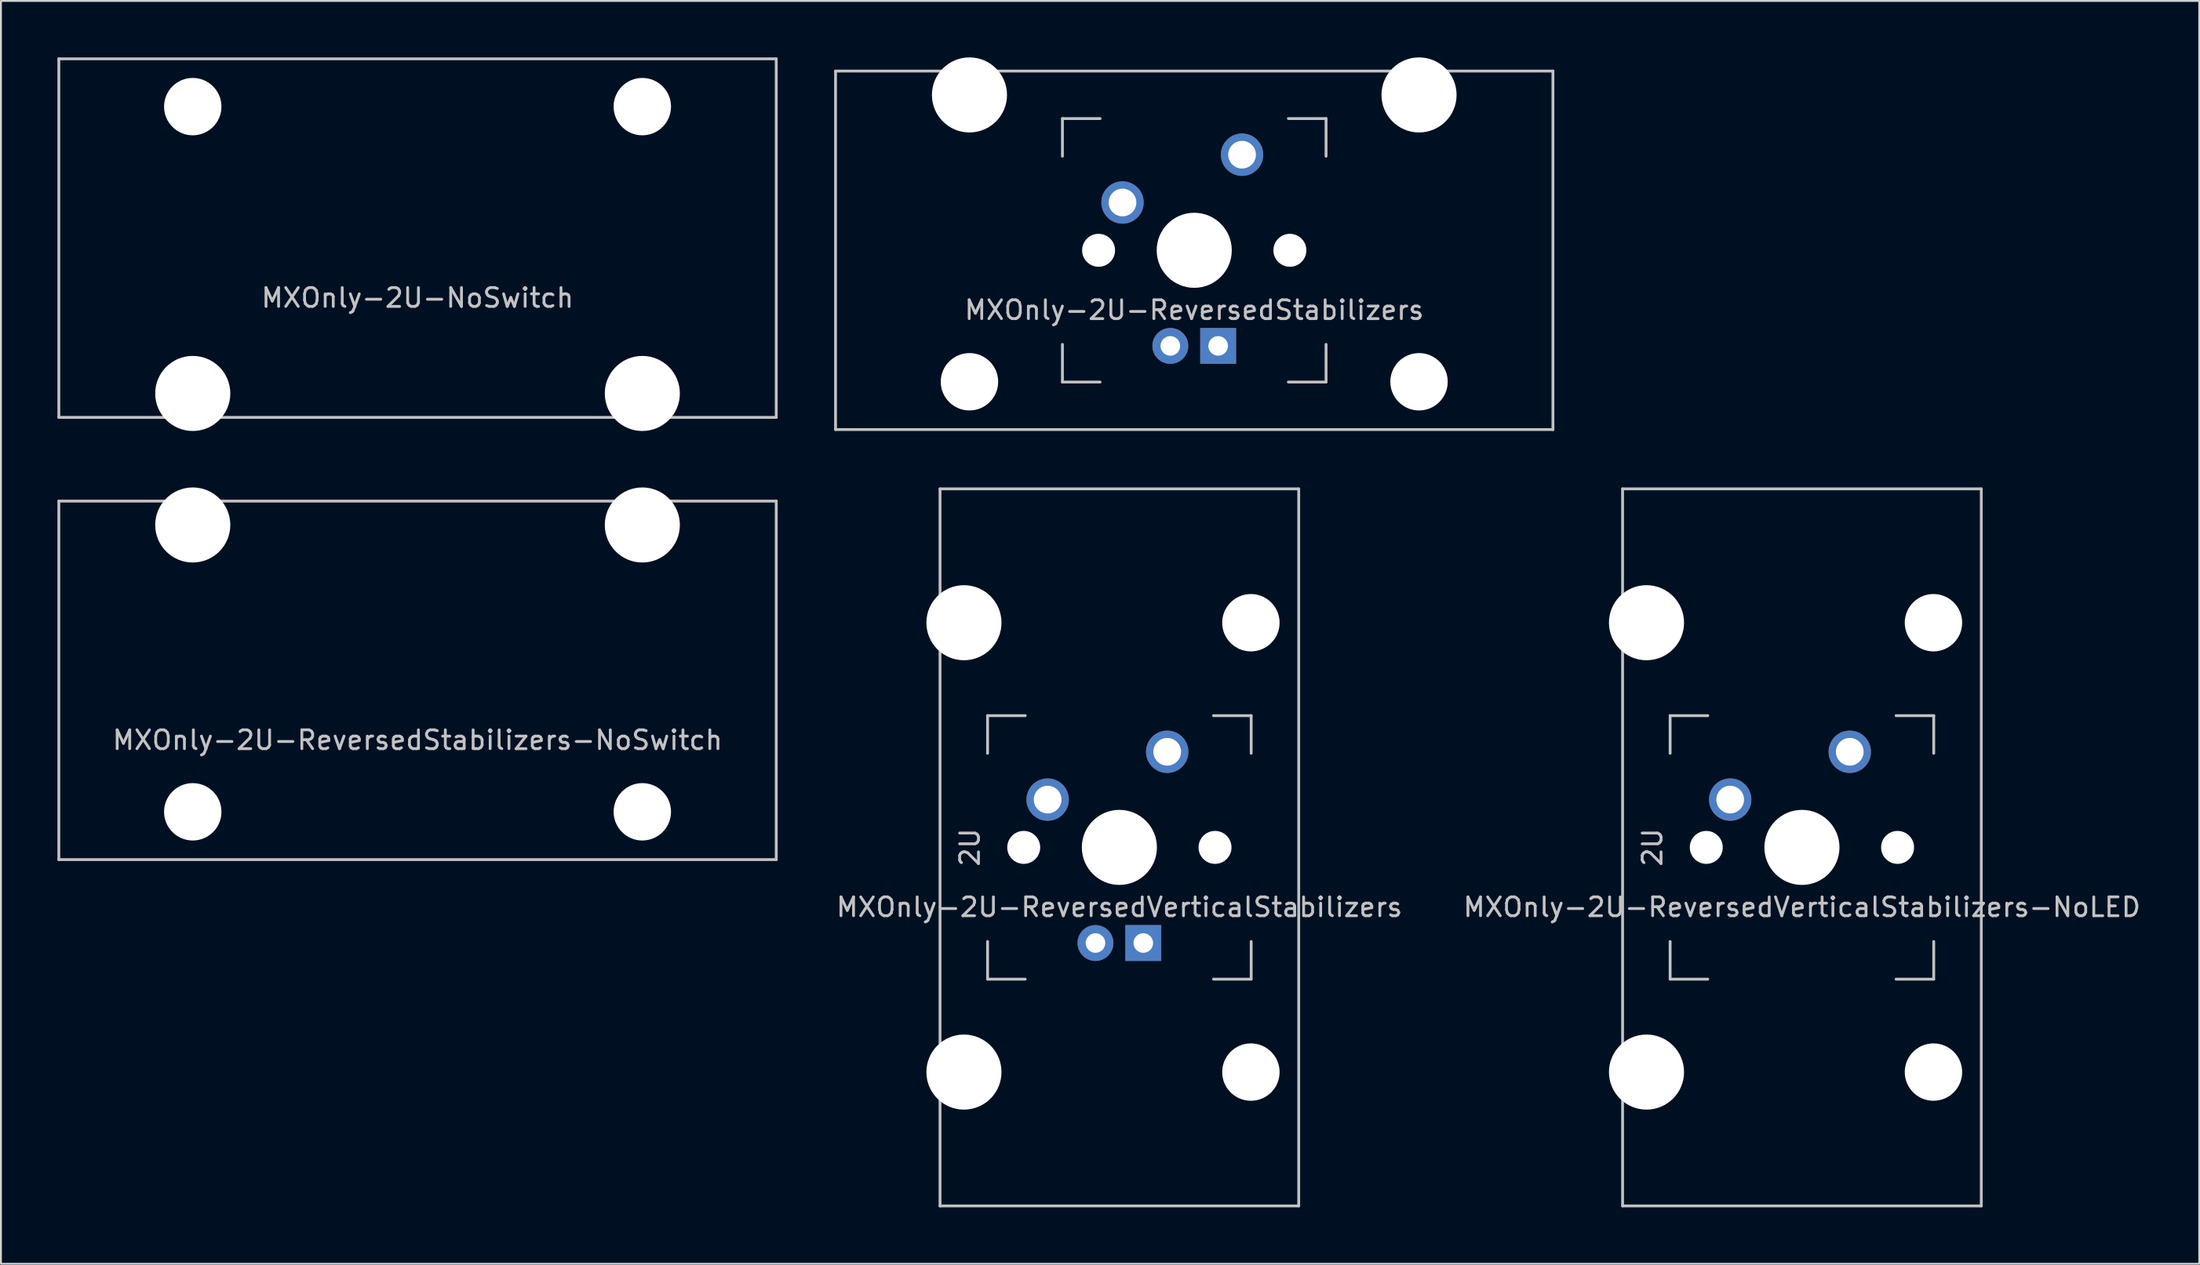
<source format=kicad_pcb>
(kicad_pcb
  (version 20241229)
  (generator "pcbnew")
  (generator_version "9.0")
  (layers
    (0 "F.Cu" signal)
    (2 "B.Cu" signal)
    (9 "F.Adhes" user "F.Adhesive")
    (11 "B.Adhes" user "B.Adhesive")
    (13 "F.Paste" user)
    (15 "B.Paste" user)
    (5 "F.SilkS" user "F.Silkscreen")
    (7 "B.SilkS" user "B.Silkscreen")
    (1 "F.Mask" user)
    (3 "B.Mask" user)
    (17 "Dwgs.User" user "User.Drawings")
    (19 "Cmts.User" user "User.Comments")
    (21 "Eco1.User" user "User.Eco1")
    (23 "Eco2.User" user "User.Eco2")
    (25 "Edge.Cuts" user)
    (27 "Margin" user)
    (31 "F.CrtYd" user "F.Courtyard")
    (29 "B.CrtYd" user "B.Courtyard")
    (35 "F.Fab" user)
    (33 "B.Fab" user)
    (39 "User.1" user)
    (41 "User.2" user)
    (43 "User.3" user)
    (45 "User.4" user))
  (footprint "MXOnly-2U-NoSwitch"
    (layer "F.Cu")
    (at 19.125 9.6)
    (property "Reference" "MXOnly-2U-NoSwitch" (at 0 3.175 0) (layer "Dwgs.User") (effects (font (size 1 1) (thickness 0.15))))
    (attr through_hole)
    (fp_line (start -19.05 -9.525) (end 19.05 -9.525) (stroke (width 0.15) (type solid)) (layer "Dwgs.User"))
    (fp_line (start -19.05 9.525) (end -19.05 -9.525) (stroke (width 0.15) (type solid)) (layer "Dwgs.User"))
    (fp_line (start -19.05 9.525) (end 19.05 9.525) (stroke (width 0.15) (type solid)) (layer "Dwgs.User"))
    (fp_line (start 19.05 -9.525) (end 19.05 9.525) (stroke (width 0.15) (type solid)) (layer "Dwgs.User"))
    (pad "" np_thru_hole circle (at -11.938 -6.985) (size 3.048 3.048) (drill 3.048) (layers "*.Cu" "*.Mask"))
    (pad "" np_thru_hole circle (at -11.938 8.255) (size 3.988 3.988) (drill 3.988) (layers "*.Cu" "*.Mask"))
    (pad "" np_thru_hole circle (at 11.938 -6.985) (size 3.048 3.048) (drill 3.048) (layers "*.Cu" "*.Mask"))
    (pad "" np_thru_hole circle (at 11.938 8.255) (size 3.988 3.988) (drill 3.988) (layers "*.Cu" "*.Mask")))
  (footprint "MXOnly-2U-ReversedVerticalStabilizers"
    (layer "F.Cu")
    (at 56.399 41.974)
    (property "Reference" "MXOnly-2U-ReversedVerticalStabilizers" (at 0 3.175 0) (layer "Dwgs.User") (effects (font (size 1 1) (thickness 0.15))))
    (attr through_hole)
    (fp_line (start -9.525 -19.05) (end 9.525 -19.05) (stroke (width 0.15) (type solid)) (layer "Dwgs.User"))
    (fp_line (start -9.525 19.05) (end -9.525 -19.05) (stroke (width 0.15) (type solid)) (layer "Dwgs.User"))
    (fp_line (start -7 -7) (end -7 -5) (stroke (width 0.15) (type solid)) (layer "Dwgs.User"))
    (fp_line (start -7 5) (end -7 7) (stroke (width 0.15) (type solid)) (layer "Dwgs.User"))
    (fp_line (start -7 7) (end -5 7) (stroke (width 0.15) (type solid)) (layer "Dwgs.User"))
    (fp_line (start -5 -7) (end -7 -7) (stroke (width 0.15) (type solid)) (layer "Dwgs.User"))
    (fp_line (start 5 -7) (end 7 -7) (stroke (width 0.15) (type solid)) (layer "Dwgs.User"))
    (fp_line (start 5 7) (end 7 7) (stroke (width 0.15) (type solid)) (layer "Dwgs.User"))
    (fp_line (start 7 -7) (end 7 -5) (stroke (width 0.15) (type solid)) (layer "Dwgs.User"))
    (fp_line (start 7 7) (end 7 5) (stroke (width 0.15) (type solid)) (layer "Dwgs.User"))
    (fp_line (start 9.525 19.05) (end -9.525 19.05) (stroke (width 0.15) (type solid)) (layer "Dwgs.User"))
    (fp_line (start 9.525 19.05) (end 9.525 -19.05) (stroke (width 0.15) (type solid)) (layer "Dwgs.User"))
    (fp_text user "2U" (at -7.938 0 270) (layer "Dwgs.User") (effects (font (size 1 1) (thickness 0.15))))
    (pad "" np_thru_hole circle (at -8.255 -11.938 90) (size 3.988 3.988) (drill 3.988) (layers "*.Cu" "*.Mask"))
    (pad "" np_thru_hole circle (at -8.255 11.938 90) (size 3.988 3.988) (drill 3.988) (layers "*.Cu" "*.Mask"))
    (pad "" np_thru_hole circle (at -5.08 0 48.1) (size 1.75 1.75) (drill 1.75) (layers "*.Cu" "*.Mask"))
    (pad "" np_thru_hole circle (at 0 0) (size 3.988 3.988) (drill 3.988) (layers "*.Cu" "*.Mask"))
    (pad "" np_thru_hole circle (at 5.08 0 48.1) (size 1.75 1.75) (drill 1.75) (layers "*.Cu" "*.Mask"))
    (pad "" np_thru_hole circle (at 6.985 -11.938 180) (size 3.048 3.048) (drill 3.048) (layers "*.Cu" "*.Mask"))
    (pad "" np_thru_hole circle (at 6.985 11.938 90) (size 3.048 3.048) (drill 3.048) (layers "*.Cu" "*.Mask"))
    (pad "1" thru_hole circle (at -3.81 -2.54) (size 2.25 2.25) (drill 1.47) (layers "*.Cu" "B.Mask"))
    (pad "2" thru_hole circle (at 2.54 -5.08) (size 2.25 2.25) (drill 1.47) (layers "*.Cu" "B.Mask"))
    (pad "3" thru_hole circle (at -1.27 5.08) (size 1.905 1.905) (drill 1.04) (layers "*.Cu" "B.Mask"))
    (pad "4" thru_hole rect (at 1.27 5.08) (size 1.905 1.905) (drill 1.04) (layers "*.Cu" "B.Mask")))
  (footprint "MXOnly-2U-ReversedStabilizers-NoSwitch"
    (layer "F.Cu")
    (at 19.125 33.098)
    (property "Reference" "MXOnly-2U-ReversedStabilizers-NoSwitch" (at 0 3.175 0) (layer "Dwgs.User") (effects (font (size 1 1) (thickness 0.15))))
    (attr through_hole)
    (fp_line (start -19.05 -9.525) (end 19.05 -9.525) (stroke (width 0.15) (type solid)) (layer "Dwgs.User"))
    (fp_line (start -19.05 9.525) (end -19.05 -9.525) (stroke (width 0.15) (type solid)) (layer "Dwgs.User"))
    (fp_line (start -19.05 9.525) (end 19.05 9.525) (stroke (width 0.15) (type solid)) (layer "Dwgs.User"))
    (fp_line (start 19.05 -9.525) (end 19.05 9.525) (stroke (width 0.15) (type solid)) (layer "Dwgs.User"))
    (pad "" np_thru_hole circle (at -11.938 -8.255) (size 3.988 3.988) (drill 3.988) (layers "*.Cu" "*.Mask"))
    (pad "" np_thru_hole circle (at -11.938 6.985) (size 3.048 3.048) (drill 3.048) (layers "*.Cu" "*.Mask"))
    (pad "" np_thru_hole circle (at 11.938 -8.255) (size 3.988 3.988) (drill 3.988) (layers "*.Cu" "*.Mask"))
    (pad "" np_thru_hole circle (at 11.938 6.985) (size 3.048 3.048) (drill 3.048) (layers "*.Cu" "*.Mask")))
  (footprint "MXOnly-2U-ReversedVerticalStabilizers-NoLED"
    (layer "F.Cu")
    (at 92.649 41.974)
    (property "Reference" "MXOnly-2U-ReversedVerticalStabilizers-NoLED" (at 0 3.175 0) (unlocked yes) (layer "Dwgs.User") (effects (font (size 1 1) (thickness 0.15))))
    (attr through_hole)
    (fp_line (start -9.525 -19.05) (end 9.525 -19.05) (stroke (width 0.15) (type solid)) (layer "Dwgs.User"))
    (fp_line (start -9.525 19.05) (end -9.525 -19.05) (stroke (width 0.15) (type solid)) (layer "Dwgs.User"))
    (fp_line (start -7 -7) (end -7 -5) (stroke (width 0.15) (type solid)) (layer "Dwgs.User"))
    (fp_line (start -7 5) (end -7 7) (stroke (width 0.15) (type solid)) (layer "Dwgs.User"))
    (fp_line (start -7 7) (end -5 7) (stroke (width 0.15) (type solid)) (layer "Dwgs.User"))
    (fp_line (start -5 -7) (end -7 -7) (stroke (width 0.15) (type solid)) (layer "Dwgs.User"))
    (fp_line (start 5 -7) (end 7 -7) (stroke (width 0.15) (type solid)) (layer "Dwgs.User"))
    (fp_line (start 5 7) (end 7 7) (stroke (width 0.15) (type solid)) (layer "Dwgs.User"))
    (fp_line (start 7 -7) (end 7 -5) (stroke (width 0.15) (type solid)) (layer "Dwgs.User"))
    (fp_line (start 7 7) (end 7 5) (stroke (width 0.15) (type solid)) (layer "Dwgs.User"))
    (fp_line (start 9.525 19.05) (end -9.525 19.05) (stroke (width 0.15) (type solid)) (layer "Dwgs.User"))
    (fp_line (start 9.525 19.05) (end 9.525 -19.05) (stroke (width 0.15) (type solid)) (layer "Dwgs.User"))
    (fp_text user "2U" (at -7.938 0 270) (layer "Dwgs.User") (effects (font (size 1 1) (thickness 0.15))))
    (pad "" np_thru_hole circle (at -8.255 -11.938 90) (size 3.988 3.988) (drill 3.988) (layers "*.Cu" "*.Mask"))
    (pad "" np_thru_hole circle (at -8.255 11.938 90) (size 3.988 3.988) (drill 3.988) (layers "*.Cu" "*.Mask"))
    (pad "" np_thru_hole circle (at -5.08 0 48.1) (size 1.75 1.75) (drill 1.75) (layers "*.Cu" "*.Mask"))
    (pad "" np_thru_hole circle (at 0 0) (size 3.988 3.988) (drill 3.988) (layers "*.Cu" "*.Mask"))
    (pad "" np_thru_hole circle (at 5.08 0 48.1) (size 1.75 1.75) (drill 1.75) (layers "*.Cu" "*.Mask"))
    (pad "" np_thru_hole circle (at 6.985 -11.938 180) (size 3.048 3.048) (drill 3.048) (layers "*.Cu" "*.Mask"))
    (pad "" np_thru_hole circle (at 6.985 11.938 90) (size 3.048 3.048) (drill 3.048) (layers "*.Cu" "*.Mask"))
    (pad "1" thru_hole circle (at -3.81 -2.54) (size 2.25 2.25) (drill 1.47) (layers "*.Cu" "B.Mask"))
    (pad "2" thru_hole circle (at 2.54 -5.08) (size 2.25 2.25) (drill 1.47) (layers "*.Cu" "B.Mask")))
  (footprint "MXOnly-2U-ReversedStabilizers"
    (layer "F.Cu")
    (at 60.375 10.249)
    (property "Reference" "MXOnly-2U-ReversedStabilizers" (at 0 3.175 0) (layer "Dwgs.User") (effects (font (size 1 1) (thickness 0.15))))
    (attr through_hole)
    (fp_line (start -19.05 -9.525) (end 19.05 -9.525) (stroke (width 0.15) (type solid)) (layer "Dwgs.User"))
    (fp_line (start -19.05 9.525) (end -19.05 -9.525) (stroke (width 0.15) (type solid)) (layer "Dwgs.User"))
    (fp_line (start -19.05 9.525) (end 19.05 9.525) (stroke (width 0.15) (type solid)) (layer "Dwgs.User"))
    (fp_line (start -7 -7) (end -7 -5) (stroke (width 0.15) (type solid)) (layer "Dwgs.User"))
    (fp_line (start -7 5) (end -7 7) (stroke (width 0.15) (type solid)) (layer "Dwgs.User"))
    (fp_line (start -7 7) (end -5 7) (stroke (width 0.15) (type solid)) (layer "Dwgs.User"))
    (fp_line (start -5 -7) (end -7 -7) (stroke (width 0.15) (type solid)) (layer "Dwgs.User"))
    (fp_line (start 5 -7) (end 7 -7) (stroke (width 0.15) (type solid)) (layer "Dwgs.User"))
    (fp_line (start 5 7) (end 7 7) (stroke (width 0.15) (type solid)) (layer "Dwgs.User"))
    (fp_line (start 7 -7) (end 7 -5) (stroke (width 0.15) (type solid)) (layer "Dwgs.User"))
    (fp_line (start 7 7) (end 7 5) (stroke (width 0.15) (type solid)) (layer "Dwgs.User"))
    (fp_line (start 19.05 -9.525) (end 19.05 9.525) (stroke (width 0.15) (type solid)) (layer "Dwgs.User"))
    (pad "" np_thru_hole circle (at -11.938 -8.255) (size 3.988 3.988) (drill 3.988) (layers "*.Cu" "*.Mask"))
    (pad "" np_thru_hole circle (at -11.938 6.985) (size 3.048 3.048) (drill 3.048) (layers "*.Cu" "*.Mask"))
    (pad "" np_thru_hole circle (at -5.08 0 48.1) (size 1.75 1.75) (drill 1.75) (layers "*.Cu" "*.Mask"))
    (pad "" np_thru_hole circle (at 0 0) (size 3.988 3.988) (drill 3.988) (layers "*.Cu" "*.Mask"))
    (pad "" np_thru_hole circle (at 5.08 0 48.1) (size 1.75 1.75) (drill 1.75) (layers "*.Cu" "*.Mask"))
    (pad "" np_thru_hole circle (at 11.938 -8.255) (size 3.988 3.988) (drill 3.988) (layers "*.Cu" "*.Mask"))
    (pad "" np_thru_hole circle (at 11.938 6.985) (size 3.048 3.048) (drill 3.048) (layers "*.Cu" "*.Mask"))
    (pad "1" thru_hole circle (at -3.81 -2.54) (size 2.25 2.25) (drill 1.47) (layers "*.Cu" "B.Mask"))
    (pad "2" thru_hole circle (at 2.54 -5.08) (size 2.25 2.25) (drill 1.47) (layers "*.Cu" "B.Mask"))
    (pad "3" thru_hole circle (at -1.27 5.08) (size 1.905 1.905) (drill 1.04) (layers "*.Cu" "B.Mask"))
    (pad "4" thru_hole rect (at 1.27 5.08) (size 1.905 1.905) (drill 1.04) (layers "*.Cu" "B.Mask")))
  (gr_rect
    (start -3 -3)
    (end 113.75 64.099)
    (stroke (width 0.1) (type default))
    (fill no)
    (layer "Edge.Cuts")))
</source>
